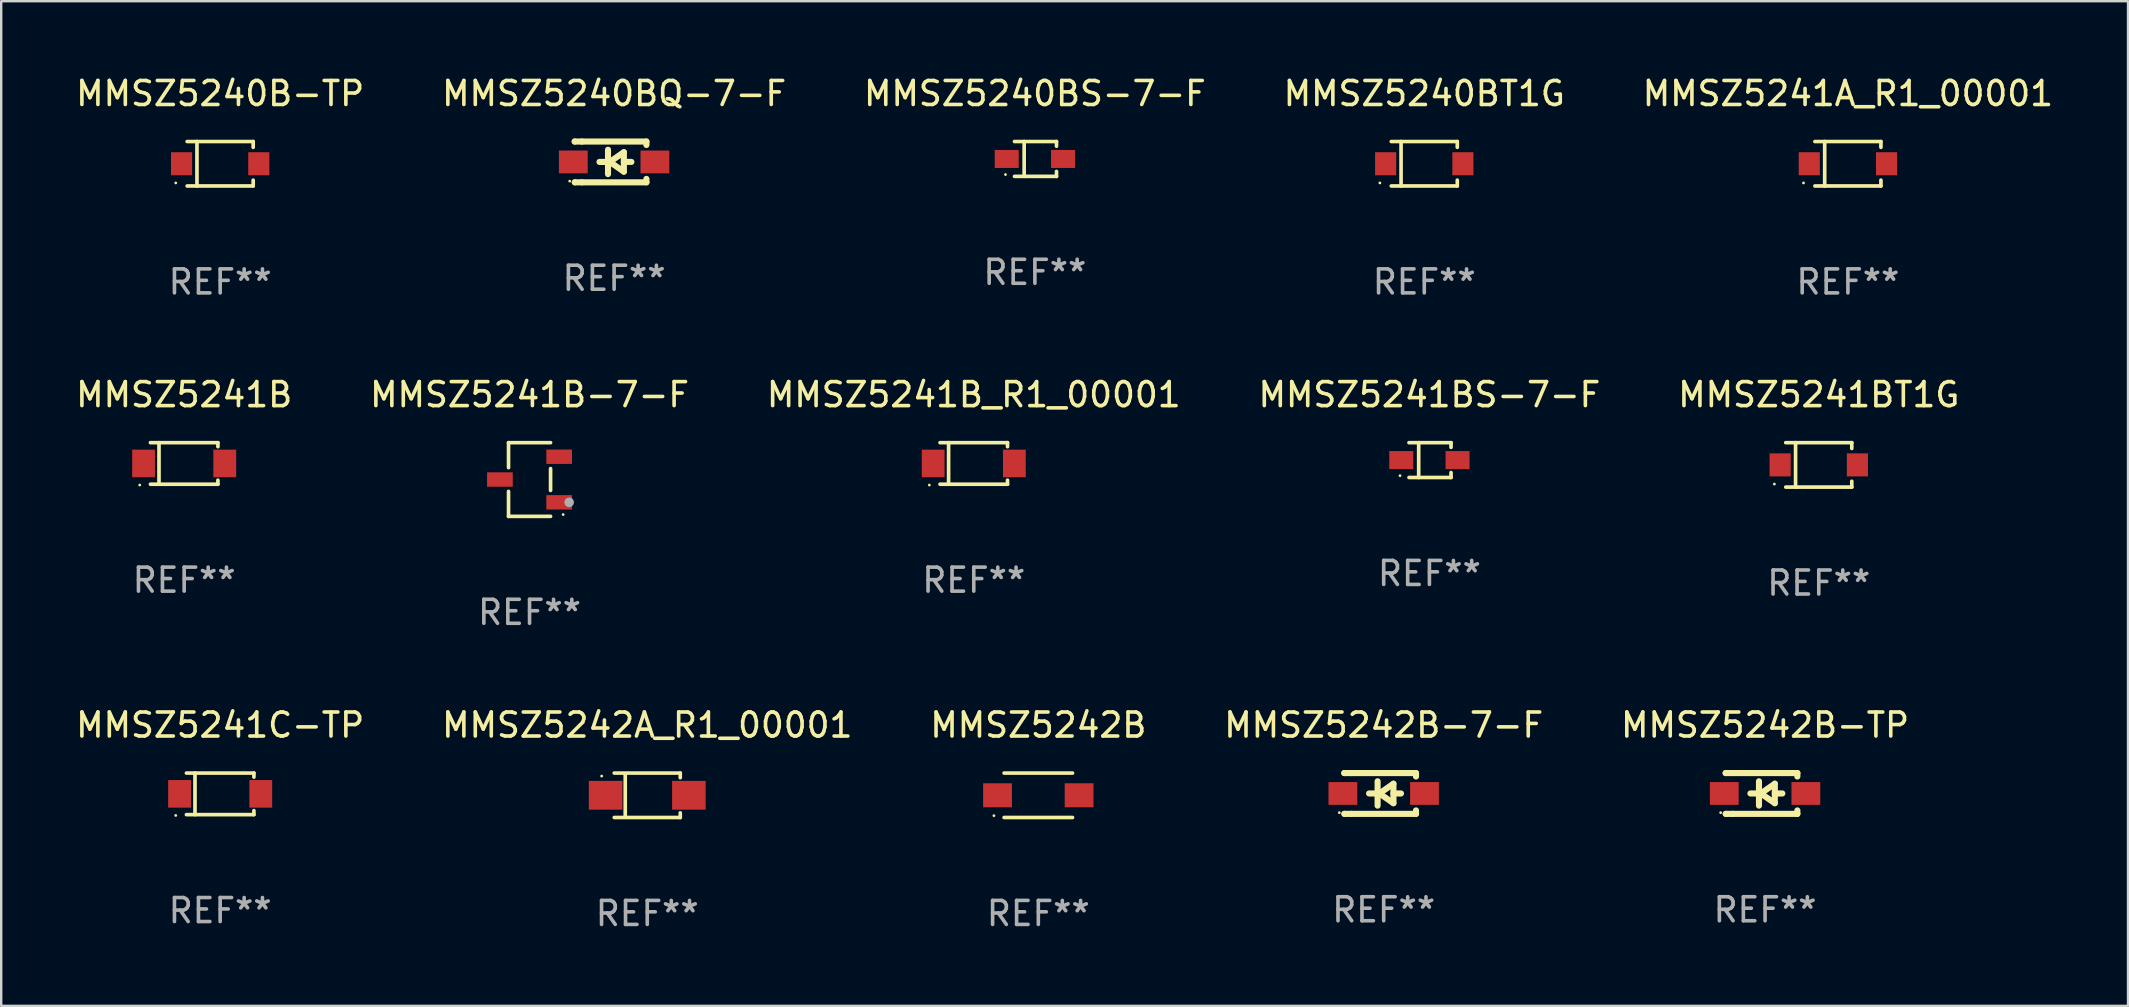
<source format=kicad_pcb>
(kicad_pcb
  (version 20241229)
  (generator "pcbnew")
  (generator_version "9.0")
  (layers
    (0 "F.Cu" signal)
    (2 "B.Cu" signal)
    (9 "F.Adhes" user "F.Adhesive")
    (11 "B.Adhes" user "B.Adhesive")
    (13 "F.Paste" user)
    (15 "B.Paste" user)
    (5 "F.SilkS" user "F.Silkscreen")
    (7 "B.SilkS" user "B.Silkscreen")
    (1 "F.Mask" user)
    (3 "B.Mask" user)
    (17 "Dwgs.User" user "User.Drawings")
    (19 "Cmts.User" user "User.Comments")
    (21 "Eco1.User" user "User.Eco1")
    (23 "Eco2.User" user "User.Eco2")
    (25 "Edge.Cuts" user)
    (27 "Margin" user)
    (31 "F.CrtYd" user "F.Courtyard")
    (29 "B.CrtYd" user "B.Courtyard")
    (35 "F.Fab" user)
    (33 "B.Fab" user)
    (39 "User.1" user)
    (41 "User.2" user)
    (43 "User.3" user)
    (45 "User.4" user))
  (footprint "MMSZ5240B-TP"
    (layer "F.Cu")
    (at 6.125 3.774)
    (property "Reference" "MMSZ5240B-TP" (at 0 -2.926 0) (layer "F.SilkS") (effects (font (size 1 1) (thickness 0.15))))
    (attr through_hole)
    (fp_line (start -1.376 -0.926) (end 1.376 -0.926) (stroke (width 0.152) (type solid)) (layer "F.SilkS"))
    (fp_line (start -1.376 0.926) (end 1.376 0.926) (stroke (width 0.152) (type solid)) (layer "F.SilkS"))
    (fp_line (start -0.967 -0.926) (end -0.967 0.926) (stroke (width 0.152) (type solid)) (layer "F.SilkS"))
    (fp_line (start 1.376 -0.926) (end 1.376 -0.683) (stroke (width 0.152) (type solid)) (layer "F.SilkS"))
    (fp_line (start 1.376 0.926) (end 1.376 0.683) (stroke (width 0.152) (type solid)) (layer "F.SilkS"))
    (fp_circle (center -1.85 0.8) (end -1.82 0.8) (stroke (width 0.06) (type solid)) (fill no) (layer "F.SilkS"))
    (fp_text user "REF**" (at 0 4.926 0) (layer "F.Fab") (effects (font (size 1 1) (thickness 0.15))))
    (pad "1" smd rect (at -1.61 0) (size 0.88 0.96) (layers "F.Cu" "F.Mask" "F.Paste"))
    (pad "2" smd rect (at 1.61 0) (size 0.88 0.96) (layers "F.Cu" "F.Mask" "F.Paste")))
  (footprint "MMSZ5241BT1G"
    (layer "F.Cu")
    (at 72.744 16.323)
    (property "Reference" "MMSZ5241BT1G" (at 0 -2.926 0) (layer "F.SilkS") (effects (font (size 1 1) (thickness 0.15))))
    (attr through_hole)
    (fp_line (start -1.376 -0.926) (end 1.376 -0.926) (stroke (width 0.152) (type solid)) (layer "F.SilkS"))
    (fp_line (start -1.376 0.926) (end 1.376 0.926) (stroke (width 0.152) (type solid)) (layer "F.SilkS"))
    (fp_line (start -0.967 -0.926) (end -0.967 0.926) (stroke (width 0.152) (type solid)) (layer "F.SilkS"))
    (fp_line (start 1.376 -0.926) (end 1.376 -0.683) (stroke (width 0.152) (type solid)) (layer "F.SilkS"))
    (fp_line (start 1.376 0.926) (end 1.376 0.683) (stroke (width 0.152) (type solid)) (layer "F.SilkS"))
    (fp_circle (center -1.85 0.8) (end -1.82 0.8) (stroke (width 0.06) (type solid)) (fill no) (layer "F.SilkS"))
    (fp_text user "REF**" (at 0 4.926 0) (layer "F.Fab") (effects (font (size 1 1) (thickness 0.15))))
    (pad "1" smd rect (at -1.61 0) (size 0.88 0.96) (layers "F.Cu" "F.Mask" "F.Paste"))
    (pad "2" smd rect (at 1.61 0) (size 0.88 0.96) (layers "F.Cu" "F.Mask" "F.Paste")))
  (footprint "MMSZ5240BS-7-F"
    (layer "F.Cu")
    (at 40.077 3.574)
    (property "Reference" "MMSZ5240BS-7-F" (at 0 -2.726 0) (layer "F.SilkS") (effects (font (size 1 1) (thickness 0.15))))
    (attr through_hole)
    (fp_line (start -0.851 -0.726) (end 0.901 -0.726) (stroke (width 0.152) (type solid)) (layer "F.SilkS"))
    (fp_line (start -0.851 0.726) (end 0.901 0.726) (stroke (width 0.152) (type solid)) (layer "F.SilkS"))
    (fp_line (start -0.447 -0.726) (end -0.447 0.726) (stroke (width 0.152) (type solid)) (layer "F.SilkS"))
    (fp_line (start 0.901 -0.726) (end 0.901 -0.53) (stroke (width 0.152) (type solid)) (layer "F.SilkS"))
    (fp_line (start 0.901 0.726) (end 0.901 0.52) (stroke (width 0.152) (type solid)) (layer "F.SilkS"))
    (fp_circle (center -1.225 0.65) (end -1.195 0.65) (stroke (width 0.06) (type solid)) (fill no) (layer "F.SilkS"))
    (fp_text user "REF**" (at 0 4.726 0) (layer "F.Fab") (effects (font (size 1 1) (thickness 0.15))))
    (pad "1" smd rect (at -1.173 0) (size 1 0.75) (layers "F.Cu" "F.Mask" "F.Paste"))
    (pad "2" smd rect (at 1.173 0) (size 1 0.75) (layers "F.Cu" "F.Mask" "F.Paste")))
  (footprint "MMSZ5241B-7-F"
    (layer "F.Cu")
    (at 19.018 16.933)
    (property "Reference" "MMSZ5241B-7-F" (at 0 -3.536 0) (layer "F.SilkS") (effects (font (size 1 1) (thickness 0.15))))
    (attr through_hole)
    (fp_line (start -0.876 -1.536) (end -0.876 -0.495) (stroke (width 0.152) (type solid)) (layer "F.SilkS"))
    (fp_line (start -0.876 1.536) (end -0.876 0.495) (stroke (width 0.152) (type solid)) (layer "F.SilkS"))
    (fp_line (start 0.876 -1.536) (end -0.876 -1.536) (stroke (width 0.152) (type solid)) (layer "F.SilkS"))
    (fp_line (start 0.876 -0.455) (end 0.876 0.455) (stroke (width 0.152) (type solid)) (layer "F.SilkS"))
    (fp_line (start 0.876 1.536) (end -0.876 1.536) (stroke (width 0.152) (type solid)) (layer "F.SilkS"))
    (fp_circle (center 1.4 1.46) (end 1.43 1.46) (stroke (width 0.06) (type solid)) (fill no) (layer "F.SilkS"))
    (fp_circle (center 1.651 0.95) (end 1.751 0.95) (stroke (width 0.2) (type solid)) (fill no) (layer "F.Fab"))
    (fp_text user "REF**" (at 0 5.536 0) (layer "F.Fab") (effects (font (size 1 1) (thickness 0.15))))
    (pad "1" smd rect (at 1.235 0.95) (size 1.07 0.6) (layers "F.Cu" "F.Mask" "F.Paste"))
    (pad "2" smd rect (at 1.235 -0.95) (size 1.07 0.6) (layers "F.Cu" "F.Mask" "F.Paste"))
    (pad "3" smd rect (at -1.235 0) (size 1.07 0.6) (layers "F.Cu" "F.Mask" "F.Paste")))
  (footprint "MMSZ5242B-7-F"
    (layer "F.Cu")
    (at 54.613 30.016)
    (property "Reference" "MMSZ5242B-7-F" (at 0 -2.85 0) (layer "F.SilkS") (effects (font (size 1 1) (thickness 0.15))))
    (attr through_hole)
    (fp_line (start -1.643 -0.85) (end -1.644 -0.849) (stroke (width 0.254) (type solid)) (layer "F.SilkS"))
    (fp_line (start -1.638 0.85) (end -1.639 0.849) (stroke (width 0.254) (type solid)) (layer "F.SilkS"))
    (fp_line (start -1.346 -0.85) (end -1.643 -0.85) (stroke (width 0.254) (type solid)) (layer "F.SilkS"))
    (fp_line (start -1.346 -0.85) (end 1.346 -0.85) (stroke (width 0.254) (type solid)) (layer "F.SilkS"))
    (fp_line (start -1.346 0.85) (end -1.638 0.85) (stroke (width 0.254) (type solid)) (layer "F.SilkS"))
    (fp_line (start -0.28 0) (end -0.61 0) (stroke (width 0.254) (type solid)) (layer "F.SilkS"))
    (fp_line (start -0.254 -0.508) (end -0.254 0.508) (stroke (width 0.254) (type solid)) (layer "F.SilkS"))
    (fp_line (start -0.178 0) (end 0.406 -0.406) (stroke (width 0.254) (type solid)) (layer "F.SilkS"))
    (fp_line (start 0.406 -0.406) (end 0.406 0.406) (stroke (width 0.254) (type solid)) (layer "F.SilkS"))
    (fp_line (start 0.406 -0.000254) (end 0.72 -0.000254) (stroke (width 0.254) (type solid)) (layer "F.SilkS"))
    (fp_line (start 0.406 0.406) (end -0.178 0) (stroke (width 0.254) (type solid)) (layer "F.SilkS"))
    (fp_line (start 1.346 -0.85) (end 1.346 -0.706) (stroke (width 0.254) (type solid)) (layer "F.SilkS"))
    (fp_line (start 1.346 0.706) (end 1.346 0.85) (stroke (width 0.254) (type solid)) (layer "F.SilkS"))
    (fp_line (start 1.346 0.85) (end -1.346 0.85) (stroke (width 0.254) (type solid)) (layer "F.SilkS"))
    (fp_circle (center -1.85 0.8) (end -1.82 0.8) (stroke (width 0.06) (type solid)) (fill no) (layer "F.SilkS"))
    (fp_text user "REF**" (at 0 4.85 0) (layer "F.Fab") (effects (font (size 1 1) (thickness 0.15))))
    (pad "1" smd rect (at -1.7 0) (size 1.2 0.95) (layers "F.Cu" "F.Mask" "F.Paste"))
    (pad "2" smd rect (at 1.7 0) (size 1.2 0.95) (layers "F.Cu" "F.Mask" "F.Paste")))
  (footprint "MMSZ5241B"
    (layer "F.Cu")
    (at 4.625 16.263)
    (property "Reference" "MMSZ5241B" (at 0 -2.866 0) (layer "F.SilkS") (effects (font (size 1 1) (thickness 0.15))))
    (attr through_hole)
    (fp_line (start -1.406 -0.866) (end 1.406 -0.866) (stroke (width 0.152) (type solid)) (layer "F.SilkS"))
    (fp_line (start -1.406 0.866) (end 1.406 0.866) (stroke (width 0.152) (type solid)) (layer "F.SilkS"))
    (fp_line (start -1.049 -0.866) (end -1.049 0.866) (stroke (width 0.152) (type solid)) (layer "F.SilkS"))
    (fp_line (start 1.406 -0.866) (end 1.406 -0.698) (stroke (width 0.152) (type solid)) (layer "F.SilkS"))
    (fp_line (start 1.406 0.866) (end 1.406 0.698) (stroke (width 0.152) (type solid)) (layer "F.SilkS"))
    (fp_circle (center -1.851 0.9) (end -1.821 0.9) (stroke (width 0.06) (type solid)) (fill no) (layer "F.SilkS"))
    (fp_text user "REF**" (at 0 4.866 0) (layer "F.Fab") (effects (font (size 1 1) (thickness 0.15))))
    (pad "1" smd rect (at -1.692 0) (size 0.95 1.15) (layers "F.Cu" "F.Mask" "F.Paste"))
    (pad "2" smd rect (at 1.692 0) (size 0.95 1.15) (layers "F.Cu" "F.Mask" "F.Paste")))
  (footprint "MMSZ5241C-TP"
    (layer "F.Cu")
    (at 6.125 30.032)
    (property "Reference" "MMSZ5241C-TP" (at 0 -2.866 0) (layer "F.SilkS") (effects (font (size 1 1) (thickness 0.15))))
    (attr through_hole)
    (fp_line (start -1.406 -0.866) (end 1.406 -0.866) (stroke (width 0.152) (type solid)) (layer "F.SilkS"))
    (fp_line (start -1.406 0.866) (end 1.406 0.866) (stroke (width 0.152) (type solid)) (layer "F.SilkS"))
    (fp_line (start -1.049 -0.866) (end -1.049 0.866) (stroke (width 0.152) (type solid)) (layer "F.SilkS"))
    (fp_line (start 1.406 -0.866) (end 1.406 -0.698) (stroke (width 0.152) (type solid)) (layer "F.SilkS"))
    (fp_line (start 1.406 0.866) (end 1.406 0.698) (stroke (width 0.152) (type solid)) (layer "F.SilkS"))
    (fp_circle (center -1.851 0.9) (end -1.821 0.9) (stroke (width 0.06) (type solid)) (fill no) (layer "F.SilkS"))
    (fp_text user "REF**" (at 0 4.866 0) (layer "F.Fab") (effects (font (size 1 1) (thickness 0.15))))
    (pad "1" smd rect (at -1.692 0) (size 0.95 1.15) (layers "F.Cu" "F.Mask" "F.Paste"))
    (pad "2" smd rect (at 1.692 0) (size 0.95 1.15) (layers "F.Cu" "F.Mask" "F.Paste")))
  (footprint "MMSZ5241A_R1_00001"
    (layer "F.Cu")
    (at 73.958 3.774)
    (property "Reference" "MMSZ5241A_R1_00001" (at 0 -2.926 0) (layer "F.SilkS") (effects (font (size 1 1) (thickness 0.15))))
    (attr through_hole)
    (fp_line (start -1.376 -0.926) (end 1.376 -0.926) (stroke (width 0.152) (type solid)) (layer "F.SilkS"))
    (fp_line (start -1.376 0.926) (end 1.376 0.926) (stroke (width 0.152) (type solid)) (layer "F.SilkS"))
    (fp_line (start -0.967 -0.926) (end -0.967 0.926) (stroke (width 0.152) (type solid)) (layer "F.SilkS"))
    (fp_line (start 1.376 -0.926) (end 1.376 -0.683) (stroke (width 0.152) (type solid)) (layer "F.SilkS"))
    (fp_line (start 1.376 0.926) (end 1.376 0.683) (stroke (width 0.152) (type solid)) (layer "F.SilkS"))
    (fp_circle (center -1.85 0.8) (end -1.82 0.8) (stroke (width 0.06) (type solid)) (fill no) (layer "F.SilkS"))
    (fp_text user "REF**" (at 0 4.926 0) (layer "F.Fab") (effects (font (size 1 1) (thickness 0.15))))
    (pad "1" smd rect (at -1.61 0) (size 0.88 0.96) (layers "F.Cu" "F.Mask" "F.Paste"))
    (pad "2" smd rect (at 1.61 0) (size 0.88 0.96) (layers "F.Cu" "F.Mask" "F.Paste")))
  (footprint "MMSZ5242B-TP"
    (layer "F.Cu")
    (at 70.506 30.016)
    (property "Reference" "MMSZ5242B-TP" (at 0 -2.85 0) (layer "F.SilkS") (effects (font (size 1 1) (thickness 0.15))))
    (attr through_hole)
    (fp_line (start -1.643 -0.85) (end -1.644 -0.849) (stroke (width 0.254) (type solid)) (layer "F.SilkS"))
    (fp_line (start -1.638 0.85) (end -1.639 0.849) (stroke (width 0.254) (type solid)) (layer "F.SilkS"))
    (fp_line (start -1.346 -0.85) (end -1.643 -0.85) (stroke (width 0.254) (type solid)) (layer "F.SilkS"))
    (fp_line (start -1.346 -0.85) (end 1.346 -0.85) (stroke (width 0.254) (type solid)) (layer "F.SilkS"))
    (fp_line (start -1.346 0.85) (end -1.638 0.85) (stroke (width 0.254) (type solid)) (layer "F.SilkS"))
    (fp_line (start -0.28 0) (end -0.61 0) (stroke (width 0.254) (type solid)) (layer "F.SilkS"))
    (fp_line (start -0.254 -0.508) (end -0.254 0.508) (stroke (width 0.254) (type solid)) (layer "F.SilkS"))
    (fp_line (start -0.178 0) (end 0.406 -0.406) (stroke (width 0.254) (type solid)) (layer "F.SilkS"))
    (fp_line (start 0.406 -0.406) (end 0.406 0.406) (stroke (width 0.254) (type solid)) (layer "F.SilkS"))
    (fp_line (start 0.406 -0.000254) (end 0.72 -0.000254) (stroke (width 0.254) (type solid)) (layer "F.SilkS"))
    (fp_line (start 0.406 0.406) (end -0.178 0) (stroke (width 0.254) (type solid)) (layer "F.SilkS"))
    (fp_line (start 1.346 -0.85) (end 1.346 -0.706) (stroke (width 0.254) (type solid)) (layer "F.SilkS"))
    (fp_line (start 1.346 0.706) (end 1.346 0.85) (stroke (width 0.254) (type solid)) (layer "F.SilkS"))
    (fp_line (start 1.346 0.85) (end -1.346 0.85) (stroke (width 0.254) (type solid)) (layer "F.SilkS"))
    (fp_circle (center -1.85 0.8) (end -1.82 0.8) (stroke (width 0.06) (type solid)) (fill no) (layer "F.SilkS"))
    (fp_text user "REF**" (at 0 4.85 0) (layer "F.Fab") (effects (font (size 1 1) (thickness 0.15))))
    (pad "1" smd rect (at -1.7 0) (size 1.2 0.95) (layers "F.Cu" "F.Mask" "F.Paste"))
    (pad "2" smd rect (at 1.7 0) (size 1.2 0.95) (layers "F.Cu" "F.Mask" "F.Paste")))
  (footprint "MMSZ5241B_R1_00001"
    (layer "F.Cu")
    (at 37.53 16.263)
    (property "Reference" "MMSZ5241B_R1_00001" (at 0 -2.866 0) (layer "F.SilkS") (effects (font (size 1 1) (thickness 0.15))))
    (attr through_hole)
    (fp_line (start -1.406 -0.866) (end 1.406 -0.866) (stroke (width 0.152) (type solid)) (layer "F.SilkS"))
    (fp_line (start -1.406 0.866) (end 1.406 0.866) (stroke (width 0.152) (type solid)) (layer "F.SilkS"))
    (fp_line (start -1.049 -0.866) (end -1.049 0.866) (stroke (width 0.152) (type solid)) (layer "F.SilkS"))
    (fp_line (start 1.406 -0.866) (end 1.406 -0.698) (stroke (width 0.152) (type solid)) (layer "F.SilkS"))
    (fp_line (start 1.406 0.866) (end 1.406 0.698) (stroke (width 0.152) (type solid)) (layer "F.SilkS"))
    (fp_circle (center -1.851 0.9) (end -1.821 0.9) (stroke (width 0.06) (type solid)) (fill no) (layer "F.SilkS"))
    (fp_text user "REF**" (at 0 4.866 0) (layer "F.Fab") (effects (font (size 1 1) (thickness 0.15))))
    (pad "1" smd rect (at -1.692 0) (size 0.95 1.15) (layers "F.Cu" "F.Mask" "F.Paste"))
    (pad "2" smd rect (at 1.692 0) (size 0.95 1.15) (layers "F.Cu" "F.Mask" "F.Paste")))
  (footprint "MMSZ5240BT1G"
    (layer "F.Cu")
    (at 56.304 3.774)
    (property "Reference" "MMSZ5240BT1G" (at 0 -2.926 0) (layer "F.SilkS") (effects (font (size 1 1) (thickness 0.15))))
    (attr through_hole)
    (fp_line (start -1.376 -0.926) (end 1.376 -0.926) (stroke (width 0.152) (type solid)) (layer "F.SilkS"))
    (fp_line (start -1.376 0.926) (end 1.376 0.926) (stroke (width 0.152) (type solid)) (layer "F.SilkS"))
    (fp_line (start -0.967 -0.926) (end -0.967 0.926) (stroke (width 0.152) (type solid)) (layer "F.SilkS"))
    (fp_line (start 1.376 -0.926) (end 1.376 -0.683) (stroke (width 0.152) (type solid)) (layer "F.SilkS"))
    (fp_line (start 1.376 0.926) (end 1.376 0.683) (stroke (width 0.152) (type solid)) (layer "F.SilkS"))
    (fp_circle (center -1.85 0.8) (end -1.82 0.8) (stroke (width 0.06) (type solid)) (fill no) (layer "F.SilkS"))
    (fp_text user "REF**" (at 0 4.926 0) (layer "F.Fab") (effects (font (size 1 1) (thickness 0.15))))
    (pad "1" smd rect (at -1.61 0) (size 0.88 0.96) (layers "F.Cu" "F.Mask" "F.Paste"))
    (pad "2" smd rect (at 1.61 0) (size 0.88 0.96) (layers "F.Cu" "F.Mask" "F.Paste")))
  (footprint "MMSZ5242A_R1_00001"
    (layer "F.Cu")
    (at 23.923 30.092)
    (property "Reference" "MMSZ5242A_R1_00001" (at 0 -2.926 0) (layer "F.SilkS") (effects (font (size 1 1) (thickness 0.15))))
    (attr through_hole)
    (fp_line (start -1.376 -0.926) (end 1.376 -0.926) (stroke (width 0.152) (type solid)) (layer "F.SilkS"))
    (fp_line (start -1.376 0.926) (end 1.376 0.926) (stroke (width 0.152) (type solid)) (layer "F.SilkS"))
    (fp_line (start -0.917 -0.876) (end -0.917 0.876) (stroke (width 0.152) (type solid)) (layer "F.SilkS"))
    (fp_line (start 1.376 -0.926) (end 1.376 -0.733) (stroke (width 0.152) (type solid)) (layer "F.SilkS"))
    (fp_line (start 1.376 0.926) (end 1.376 0.733) (stroke (width 0.152) (type solid)) (layer "F.SilkS"))
    (fp_circle (center -1.9 -0.8) (end -1.87 -0.8) (stroke (width 0.06) (type solid)) (fill no) (layer "F.SilkS"))
    (fp_text user "REF**" (at 0 4.926 0) (layer "F.Fab") (effects (font (size 1 1) (thickness 0.15))))
    (pad "1" smd rect (at -1.735 -0.000102) (size 1.4 1.2) (layers "F.Cu" "F.Mask" "F.Paste"))
    (pad "2" smd rect (at 1.735 -0.000102) (size 1.4 1.2) (layers "F.Cu" "F.Mask" "F.Paste")))
  (footprint "MMSZ5242B"
    (layer "F.Cu")
    (at 40.22 30.092)
    (property "Reference" "MMSZ5242B" (at 0 -2.926 0) (layer "F.SilkS") (effects (font (size 1 1) (thickness 0.15))))
    (attr through_hole)
    (fp_line (start -1.426 -0.926) (end 1.426 -0.926) (stroke (width 0.152) (type solid)) (layer "F.SilkS"))
    (fp_line (start -1.426 0.926) (end 1.426 0.926) (stroke (width 0.152) (type solid)) (layer "F.SilkS"))
    (fp_circle (center -1.85 0.85) (end -1.82 0.85) (stroke (width 0.06) (type solid)) (fill no) (layer "F.SilkS"))
    (fp_text user "REF**" (at 0 4.926 0) (layer "F.Fab") (effects (font (size 1 1) (thickness 0.15))))
    (pad "1" smd rect (at -1.7 0.000013) (size 1.2 1) (layers "F.Cu" "F.Mask" "F.Paste"))
    (pad "2" smd rect (at 1.7 0.000013) (size 1.2 1) (layers "F.Cu" "F.Mask" "F.Paste")))
  (footprint "MMSZ5241BS-7-F"
    (layer "F.Cu")
    (at 56.518 16.123)
    (property "Reference" "MMSZ5241BS-7-F" (at 0 -2.726 0) (layer "F.SilkS") (effects (font (size 1 1) (thickness 0.15))))
    (attr through_hole)
    (fp_line (start -0.851 -0.726) (end 0.901 -0.726) (stroke (width 0.152) (type solid)) (layer "F.SilkS"))
    (fp_line (start -0.851 0.726) (end 0.901 0.726) (stroke (width 0.152) (type solid)) (layer "F.SilkS"))
    (fp_line (start -0.447 -0.726) (end -0.447 0.726) (stroke (width 0.152) (type solid)) (layer "F.SilkS"))
    (fp_line (start 0.901 -0.726) (end 0.901 -0.53) (stroke (width 0.152) (type solid)) (layer "F.SilkS"))
    (fp_line (start 0.901 0.726) (end 0.901 0.52) (stroke (width 0.152) (type solid)) (layer "F.SilkS"))
    (fp_circle (center -1.225 0.65) (end -1.195 0.65) (stroke (width 0.06) (type solid)) (fill no) (layer "F.SilkS"))
    (fp_text user "REF**" (at 0 4.726 0) (layer "F.Fab") (effects (font (size 1 1) (thickness 0.15))))
    (pad "1" smd rect (at -1.173 0) (size 1 0.75) (layers "F.Cu" "F.Mask" "F.Paste"))
    (pad "2" smd rect (at 1.173 0) (size 1 0.75) (layers "F.Cu" "F.Mask" "F.Paste")))
  (footprint "MMSZ5240BQ-7-F"
    (layer "F.Cu")
    (at 22.542 3.698)
    (property "Reference" "MMSZ5240BQ-7-F" (at 0 -2.85 0) (layer "F.SilkS") (effects (font (size 1 1) (thickness 0.15))))
    (attr through_hole)
    (fp_line (start -1.643 -0.85) (end -1.644 -0.849) (stroke (width 0.254) (type solid)) (layer "F.SilkS"))
    (fp_line (start -1.638 0.85) (end -1.639 0.849) (stroke (width 0.254) (type solid)) (layer "F.SilkS"))
    (fp_line (start -1.346 -0.85) (end -1.643 -0.85) (stroke (width 0.254) (type solid)) (layer "F.SilkS"))
    (fp_line (start -1.346 -0.85) (end 1.346 -0.85) (stroke (width 0.254) (type solid)) (layer "F.SilkS"))
    (fp_line (start -1.346 0.85) (end -1.638 0.85) (stroke (width 0.254) (type solid)) (layer "F.SilkS"))
    (fp_line (start -0.28 0) (end -0.61 0) (stroke (width 0.254) (type solid)) (layer "F.SilkS"))
    (fp_line (start -0.254 -0.508) (end -0.254 0.508) (stroke (width 0.254) (type solid)) (layer "F.SilkS"))
    (fp_line (start -0.178 0) (end 0.406 -0.406) (stroke (width 0.254) (type solid)) (layer "F.SilkS"))
    (fp_line (start 0.406 -0.406) (end 0.406 0.406) (stroke (width 0.254) (type solid)) (layer "F.SilkS"))
    (fp_line (start 0.406 -0.000254) (end 0.72 -0.000254) (stroke (width 0.254) (type solid)) (layer "F.SilkS"))
    (fp_line (start 0.406 0.406) (end -0.178 0) (stroke (width 0.254) (type solid)) (layer "F.SilkS"))
    (fp_line (start 1.346 -0.85) (end 1.346 -0.706) (stroke (width 0.254) (type solid)) (layer "F.SilkS"))
    (fp_line (start 1.346 0.706) (end 1.346 0.85) (stroke (width 0.254) (type solid)) (layer "F.SilkS"))
    (fp_line (start 1.346 0.85) (end -1.346 0.85) (stroke (width 0.254) (type solid)) (layer "F.SilkS"))
    (fp_circle (center -1.85 0.8) (end -1.82 0.8) (stroke (width 0.06) (type solid)) (fill no) (layer "F.SilkS"))
    (fp_text user "REF**" (at 0 4.85 0) (layer "F.Fab") (effects (font (size 1 1) (thickness 0.15))))
    (pad "1" smd rect (at -1.7 0) (size 1.2 0.95) (layers "F.Cu" "F.Mask" "F.Paste"))
    (pad "2" smd rect (at 1.7 0) (size 1.2 0.95) (layers "F.Cu" "F.Mask" "F.Paste")))
  (gr_rect
    (start -3 -3)
    (end 85.631 38.867)
    (stroke (width 0.1) (type default))
    (fill no)
    (layer "Edge.Cuts")))
</source>
